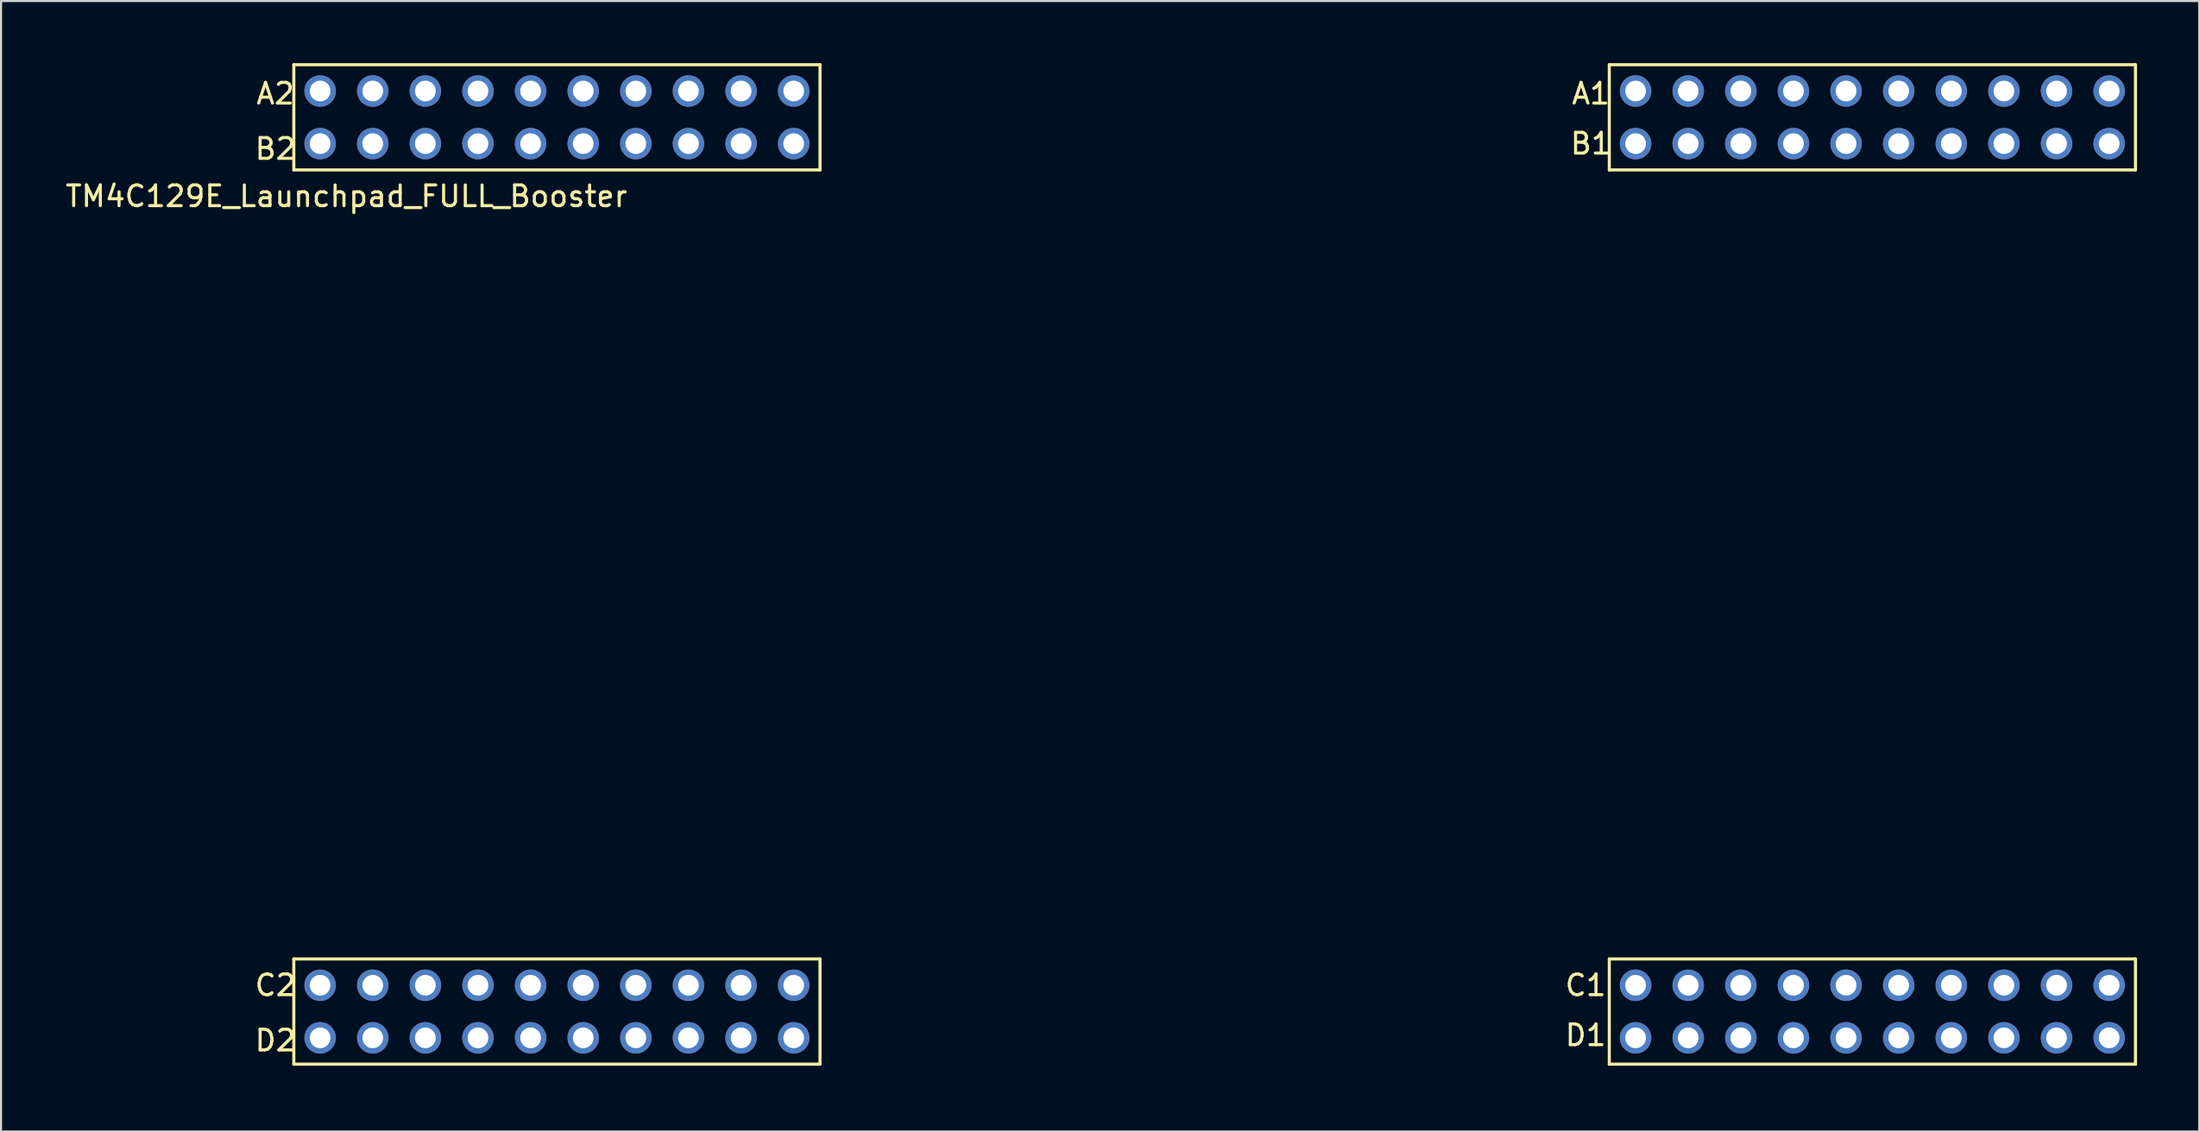
<source format=kicad_pcb>
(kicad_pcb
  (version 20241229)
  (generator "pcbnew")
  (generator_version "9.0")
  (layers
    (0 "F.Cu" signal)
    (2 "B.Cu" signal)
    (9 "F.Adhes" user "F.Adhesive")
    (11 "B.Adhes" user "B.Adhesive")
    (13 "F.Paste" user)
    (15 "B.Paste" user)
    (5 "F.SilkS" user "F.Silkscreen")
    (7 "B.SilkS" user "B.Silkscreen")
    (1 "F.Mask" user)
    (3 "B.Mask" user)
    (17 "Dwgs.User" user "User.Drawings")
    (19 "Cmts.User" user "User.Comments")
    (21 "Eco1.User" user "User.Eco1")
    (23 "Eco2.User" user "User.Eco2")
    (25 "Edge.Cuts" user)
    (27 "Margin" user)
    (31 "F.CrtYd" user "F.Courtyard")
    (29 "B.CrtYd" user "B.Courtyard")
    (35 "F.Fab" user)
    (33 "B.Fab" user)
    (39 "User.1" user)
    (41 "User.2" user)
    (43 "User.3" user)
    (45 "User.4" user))
  (footprint "TM4C129E_Launchpad_FULL_Booster"
    (layer "F.Cu")
    (at 11.133 48.335)
    (property "Reference" "TM4C129E_Launchpad_FULL_Booster" (at 2.54 -41.91 0) (layer "F.SilkS") (effects (font (size 1 1) (thickness 0.15))))
    (attr through_hole)
    (fp_line (start 0 -48.26) (end 0 -43.18) (stroke (width 0.15) (type solid)) (layer "F.SilkS"))
    (fp_line (start 0 -43.18) (end 25.4 -43.18) (stroke (width 0.15) (type solid)) (layer "F.SilkS"))
    (fp_line (start 0 -5.08) (end 0 0) (stroke (width 0.15) (type solid)) (layer "F.SilkS"))
    (fp_line (start 0 0) (end 25.4 0) (stroke (width 0.15) (type solid)) (layer "F.SilkS"))
    (fp_line (start 25.4 -48.26) (end 0 -48.26) (stroke (width 0.15) (type solid)) (layer "F.SilkS"))
    (fp_line (start 25.4 -43.18) (end 25.4 -48.26) (stroke (width 0.15) (type solid)) (layer "F.SilkS"))
    (fp_line (start 25.4 -5.08) (end 0 -5.08) (stroke (width 0.15) (type solid)) (layer "F.SilkS"))
    (fp_line (start 25.4 0) (end 25.4 -5.08) (stroke (width 0.15) (type solid)) (layer "F.SilkS"))
    (fp_line (start 63.5 -48.26) (end 63.5 -43.18) (stroke (width 0.15) (type solid)) (layer "F.SilkS"))
    (fp_line (start 63.5 -43.18) (end 88.9 -43.18) (stroke (width 0.15) (type solid)) (layer "F.SilkS"))
    (fp_line (start 63.5 -5.08) (end 63.5 0) (stroke (width 0.15) (type solid)) (layer "F.SilkS"))
    (fp_line (start 63.5 0) (end 88.9 0) (stroke (width 0.15) (type solid)) (layer "F.SilkS"))
    (fp_line (start 88.9 -48.26) (end 63.5 -48.26) (stroke (width 0.15) (type solid)) (layer "F.SilkS"))
    (fp_line (start 88.9 -43.18) (end 88.9 -48.26) (stroke (width 0.15) (type solid)) (layer "F.SilkS"))
    (fp_line (start 88.9 -5.08) (end 63.5 -5.08) (stroke (width 0.15) (type solid)) (layer "F.SilkS"))
    (fp_line (start 88.9 0) (end 88.9 -5.08) (stroke (width 0.15) (type solid)) (layer "F.SilkS"))
    (fp_text user "B2" (at -0.889 -44.196 0) (layer "F.SilkS") (effects (font (size 1 1) (thickness 0.15))))
    (fp_text user "D2" (at -0.889 -1.143 180) (layer "F.SilkS") (effects (font (size 1 1) (thickness 0.15))))
    (fp_text user "C2" (at -0.889 -3.81 0) (layer "F.SilkS") (effects (font (size 1 1) (thickness 0.15))))
    (fp_text user "D1" (at 62.357 -1.397 0) (layer "F.SilkS") (effects (font (size 1 1) (thickness 0.15))))
    (fp_text user "B1" (at 62.611 -44.45 0) (layer "F.SilkS") (effects (font (size 1 1) (thickness 0.15))))
    (fp_text user "C1" (at 62.357 -3.81 0) (layer "F.SilkS") (effects (font (size 1 1) (thickness 0.15))))
    (fp_text user "A2" (at -0.889 -46.863 0) (layer "F.SilkS") (effects (font (size 1 1) (thickness 0.15))))
    (fp_text user "A1" (at 62.611 -46.863 0) (layer "F.SilkS") (effects (font (size 1 1) (thickness 0.15))))
    (pad "+3V3" thru_hole circle (at 24.13 -46.99) (size 1.52 1.52) (drill 1) (layers "*.Cu" "*.Mask" "F.Paste"))
    (pad "+3V3" thru_hole circle (at 87.63 -46.99) (size 1.52 1.52) (drill 1) (layers "*.Cu" "*.Mask" "F.Paste"))
    (pad "+5V" thru_hole circle (at 24.13 -44.45) (size 1.52 1.52) (drill 1) (layers "*.Cu" "*.Mask" "F.Paste"))
    (pad "+5V" thru_hole circle (at 87.63 -44.45) (size 1.52 1.52) (drill 1) (layers "*.Cu" "*.Mask" "F.Paste"))
    (pad "GND" thru_hole circle (at 21.59 -44.45) (size 1.52 1.52) (drill 1) (layers "*.Cu" "*.Mask" "F.Paste"))
    (pad "GND" thru_hole circle (at 24.13 -1.27) (size 1.52 1.52) (drill 1) (layers "*.Cu" "*.Mask" "F.Paste"))
    (pad "GND" thru_hole circle (at 85.09 -44.45) (size 1.52 1.52) (drill 1) (layers "*.Cu" "*.Mask" "F.Paste"))
    (pad "GND" thru_hole circle (at 87.63 -1.27) (size 1.52 1.52) (drill 1) (layers "*.Cu" "*.Mask" "F.Paste"))
    (pad "PA4" thru_hole circle (at 3.81 -44.45) (size 1.52 1.52) (drill 1) (layers "*.Cu" "*.Mask" "F.Paste"))
    (pad "PA5" thru_hole circle (at 1.27 -44.45) (size 1.52 1.52) (drill 1) (layers "*.Cu" "*.Mask" "F.Paste"))
    (pad "PA6" thru_hole circle (at 69.85 -44.45) (size 1.52 1.52) (drill 1) (layers "*.Cu" "*.Mask" "F.Paste"))
    (pad "PA7" thru_hole circle (at 16.51 -1.27) (size 1.52 1.52) (drill 1) (layers "*.Cu" "*.Mask" "F.Paste"))
    (pad "PB2" thru_hole circle (at 67.31 -46.99) (size 1.52 1.52) (drill 1) (layers "*.Cu" "*.Mask" "F.Paste"))
    (pad "PB3" thru_hole circle (at 64.77 -46.99) (size 1.52 1.52) (drill 1) (layers "*.Cu" "*.Mask" "F.Paste"))
    (pad "PB4" thru_hole circle (at 19.05 -44.45) (size 1.52 1.52) (drill 1) (layers "*.Cu" "*.Mask" "F.Paste"))
    (pad "PB5" thru_hole circle (at 16.51 -44.45) (size 1.52 1.52) (drill 1) (layers "*.Cu" "*.Mask" "F.Paste"))
    (pad "PC4" thru_hole circle (at 82.55 -46.99) (size 1.52 1.52) (drill 1) (layers "*.Cu" "*.Mask" "F.Paste"))
    (pad "PC5" thru_hole circle (at 80.01 -46.99) (size 1.52 1.52) (drill 1) (layers "*.Cu" "*.Mask" "F.Paste"))
    (pad "PC6" thru_hole circle (at 77.47 -46.99) (size 1.52 1.52) (drill 1) (layers "*.Cu" "*.Mask" "F.Paste"))
    (pad "PC7" thru_hole circle (at 69.85 -46.99) (size 1.52 1.52) (drill 1) (layers "*.Cu" "*.Mask" "F.Paste"))
    (pad "PD0" thru_hole circle (at 72.39 -1.27) (size 1.52 1.52) (drill 1) (layers "*.Cu" "*.Mask" "F.Paste"))
    (pad "PD1" thru_hole circle (at 74.93 -1.27) (size 1.52 1.52) (drill 1) (layers "*.Cu" "*.Mask" "F.Paste"))
    (pad "PD2" thru_hole circle (at 21.59 -46.99) (size 1.52 1.52) (drill 1) (layers "*.Cu" "*.Mask" "F.Paste"))
    (pad "PD3" thru_hole circle (at 72.39 -46.99) (size 1.52 1.52) (drill 1) (layers "*.Cu" "*.Mask" "F.Paste"))
    (pad "PD4" thru_hole circle (at 13.97 -46.99) (size 1.52 1.52) (drill 1) (layers "*.Cu" "*.Mask" "F.Paste"))
    (pad "PD5" thru_hole circle (at 11.43 -46.99) (size 1.52 1.52) (drill 1) (layers "*.Cu" "*.Mask" "F.Paste"))
    (pad "PD7" thru_hole circle (at 72.39 -44.45) (size 1.52 1.52) (drill 1) (layers "*.Cu" "*.Mask" "F.Paste"))
    (pad "PE0" thru_hole circle (at 82.55 -44.45) (size 1.52 1.52) (drill 1) (layers "*.Cu" "*.Mask" "F.Paste"))
    (pad "PE1" thru_hole circle (at 80.01 -44.45) (size 1.52 1.52) (drill 1) (layers "*.Cu" "*.Mask" "F.Paste"))
    (pad "PE2" thru_hole circle (at 77.47 -44.45) (size 1.52 1.52) (drill 1) (layers "*.Cu" "*.Mask" "F.Paste"))
    (pad "PE3" thru_hole circle (at 74.93 -44.45) (size 1.52 1.52) (drill 1) (layers "*.Cu" "*.Mask" "F.Paste"))
    (pad "PE4" thru_hole circle (at 85.09 -46.99) (size 1.52 1.52) (drill 1) (layers "*.Cu" "*.Mask" "F.Paste"))
    (pad "PE5" thru_hole circle (at 74.93 -46.99) (size 1.52 1.52) (drill 1) (layers "*.Cu" "*.Mask" "F.Paste"))
    (pad "PF1" thru_hole circle (at 87.63 -3.81) (size 1.52 1.52) (drill 1) (layers "*.Cu" "*.Mask" "F.Paste"))
    (pad "PF2" thru_hole circle (at 85.09 -3.81) (size 1.52 1.52) (drill 1) (layers "*.Cu" "*.Mask" "F.Paste"))
    (pad "PF3" thru_hole circle (at 82.55 -3.81) (size 1.52 1.52) (drill 1) (layers "*.Cu" "*.Mask" "F.Paste"))
    (pad "PG0" thru_hole circle (at 80.01 -3.81) (size 1.52 1.52) (drill 1) (layers "*.Cu" "*.Mask" "F.Paste"))
    (pad "PG1" thru_hole circle (at 24.13 -3.81) (size 1.52 1.52) (drill 1) (layers "*.Cu" "*.Mask" "F.Paste"))
    (pad "PH0" thru_hole circle (at 8.89 -3.81) (size 1.52 1.52) (drill 1) (layers "*.Cu" "*.Mask" "F.Paste"))
    (pad "PH1" thru_hole circle (at 6.35 -3.81) (size 1.52 1.52) (drill 1) (layers "*.Cu" "*.Mask" "F.Paste"))
    (pad "PH2" thru_hole circle (at 82.55 -1.27) (size 1.52 1.52) (drill 1) (layers "*.Cu" "*.Mask" "F.Paste"))
    (pad "PH3" thru_hole circle (at 80.01 -1.27) (size 1.52 1.52) (drill 1) (layers "*.Cu" "*.Mask" "F.Paste"))
    (pad "PK0" thru_hole circle (at 13.97 -44.45) (size 1.52 1.52) (drill 1) (layers "*.Cu" "*.Mask" "F.Paste"))
    (pad "PK1" thru_hole circle (at 11.43 -44.45) (size 1.52 1.52) (drill 1) (layers "*.Cu" "*.Mask" "F.Paste"))
    (pad "PK2" thru_hole circle (at 8.89 -44.45) (size 1.52 1.52) (drill 1) (layers "*.Cu" "*.Mask" "F.Paste"))
    (pad "PK3" thru_hole circle (at 6.35 -44.45) (size 1.52 1.52) (drill 1) (layers "*.Cu" "*.Mask" "F.Paste"))
    (pad "PK4" thru_hole circle (at 21.59 -3.81) (size 1.52 1.52) (drill 1) (layers "*.Cu" "*.Mask" "F.Paste"))
    (pad "PK5" thru_hole circle (at 19.05 -3.81) (size 1.52 1.52) (drill 1) (layers "*.Cu" "*.Mask" "F.Paste"))
    (pad "PK6" thru_hole circle (at 3.81 -3.81) (size 1.52 1.52) (drill 1) (layers "*.Cu" "*.Mask" "F.Paste"))
    (pad "PK7" thru_hole circle (at 1.27 -3.81) (size 1.52 1.52) (drill 1) (layers "*.Cu" "*.Mask" "F.Paste"))
    (pad "PL0" thru_hole circle (at 72.39 -3.81) (size 1.52 1.52) (drill 1) (layers "*.Cu" "*.Mask" "F.Paste"))
    (pad "PL1" thru_hole circle (at 69.85 -3.81) (size 1.52 1.52) (drill 1) (layers "*.Cu" "*.Mask" "F.Paste"))
    (pad "PL2" thru_hole circle (at 67.31 -3.81) (size 1.52 1.52) (drill 1) (layers "*.Cu" "*.Mask" "F.Paste"))
    (pad "PL3" thru_hole circle (at 64.77 -3.81) (size 1.52 1.52) (drill 1) (layers "*.Cu" "*.Mask" "F.Paste"))
    (pad "PL4" thru_hole circle (at 77.47 -3.81) (size 1.52 1.52) (drill 1) (layers "*.Cu" "*.Mask" "F.Paste"))
    (pad "PL5" thru_hole circle (at 74.93 -3.81) (size 1.52 1.52) (drill 1) (layers "*.Cu" "*.Mask" "F.Paste"))
    (pad "PM0" thru_hole circle (at 16.51 -3.81) (size 1.52 1.52) (drill 1) (layers "*.Cu" "*.Mask" "F.Paste"))
    (pad "PM1" thru_hole circle (at 13.97 -3.81) (size 1.52 1.52) (drill 1) (layers "*.Cu" "*.Mask" "F.Paste"))
    (pad "PM2" thru_hole circle (at 11.43 -3.81) (size 1.52 1.52) (drill 1) (layers "*.Cu" "*.Mask" "F.Paste"))
    (pad "PM3" thru_hole circle (at 85.09 -1.27) (size 1.52 1.52) (drill 1) (layers "*.Cu" "*.Mask" "F.Paste"))
    (pad "PM4" thru_hole circle (at 67.31 -44.45) (size 1.52 1.52) (drill 1) (layers "*.Cu" "*.Mask" "F.Paste"))
    (pad "PM5" thru_hole circle (at 64.77 -44.45) (size 1.52 1.52) (drill 1) (layers "*.Cu" "*.Mask" "F.Paste"))
    (pad "PM6" thru_hole circle (at 1.27 -1.27) (size 1.52 1.52) (drill 1) (layers "*.Cu" "*.Mask" "F.Paste"))
    (pad "PM7" thru_hole circle (at 21.59 -1.27) (size 1.52 1.52) (drill 1) (layers "*.Cu" "*.Mask" "F.Paste"))
    (pad "PN2" thru_hole circle (at 69.85 -1.27) (size 1.52 1.52) (drill 1) (layers "*.Cu" "*.Mask" "F.Paste"))
    (pad "PN3" thru_hole circle (at 67.31 -1.27) (size 1.52 1.52) (drill 1) (layers "*.Cu" "*.Mask" "F.Paste"))
    (pad "PN4" thru_hole circle (at 1.27 -46.99) (size 1.52 1.52) (drill 1) (layers "*.Cu" "*.Mask" "F.Paste"))
    (pad "PN5" thru_hole circle (at 3.81 -46.99) (size 1.52 1.52) (drill 1) (layers "*.Cu" "*.Mask" "F.Paste"))
    (pad "PP0" thru_hole circle (at 19.05 -46.99) (size 1.52 1.52) (drill 1) (layers "*.Cu" "*.Mask" "F.Paste"))
    (pad "PP1" thru_hole circle (at 16.51 -46.99) (size 1.52 1.52) (drill 1) (layers "*.Cu" "*.Mask" "F.Paste"))
    (pad "PP2" thru_hole circle (at 64.77 -1.27) (size 1.52 1.52) (drill 1) (layers "*.Cu" "*.Mask" "F.Paste"))
    (pad "PP3" thru_hole circle (at 6.35 -1.27) (size 1.52 1.52) (drill 1) (layers "*.Cu" "*.Mask" "F.Paste"))
    (pad "PP4" thru_hole circle (at 6.35 -46.99) (size 1.52 1.52) (drill 1) (layers "*.Cu" "*.Mask" "F.Paste"))
    (pad "PP5" thru_hole circle (at 19.05 -1.27) (size 1.52 1.52) (drill 1) (layers "*.Cu" "*.Mask" "F.Paste"))
    (pad "PQ0" thru_hole circle (at 8.89 -46.99) (size 1.52 1.52) (drill 1) (layers "*.Cu" "*.Mask" "F.Paste"))
    (pad "PQ1" thru_hole circle (at 3.81 -1.27) (size 1.52 1.52) (drill 1) (layers "*.Cu" "*.Mask" "F.Paste"))
    (pad "PQ2" thru_hole circle (at 11.43 -1.27) (size 1.52 1.52) (drill 1) (layers "*.Cu" "*.Mask" "F.Paste"))
    (pad "PQ3" thru_hole circle (at 8.89 -1.27) (size 1.52 1.52) (drill 1) (layers "*.Cu" "*.Mask" "F.Paste"))
    (pad "Rese" thru_hole circle (at 13.97 -1.27) (size 1.52 1.52) (drill 1) (layers "*.Cu" "*.Mask" "F.Paste"))
    (pad "Rese" thru_hole circle (at 77.47 -1.27) (size 1.52 1.52) (drill 1) (layers "*.Cu" "*.Mask" "F.Paste")))
  (gr_rect
    (start -3 -3)
    (end 103.108 51.585)
    (stroke (width 0.1) (type default))
    (fill no)
    (layer "Edge.Cuts")))
</source>
